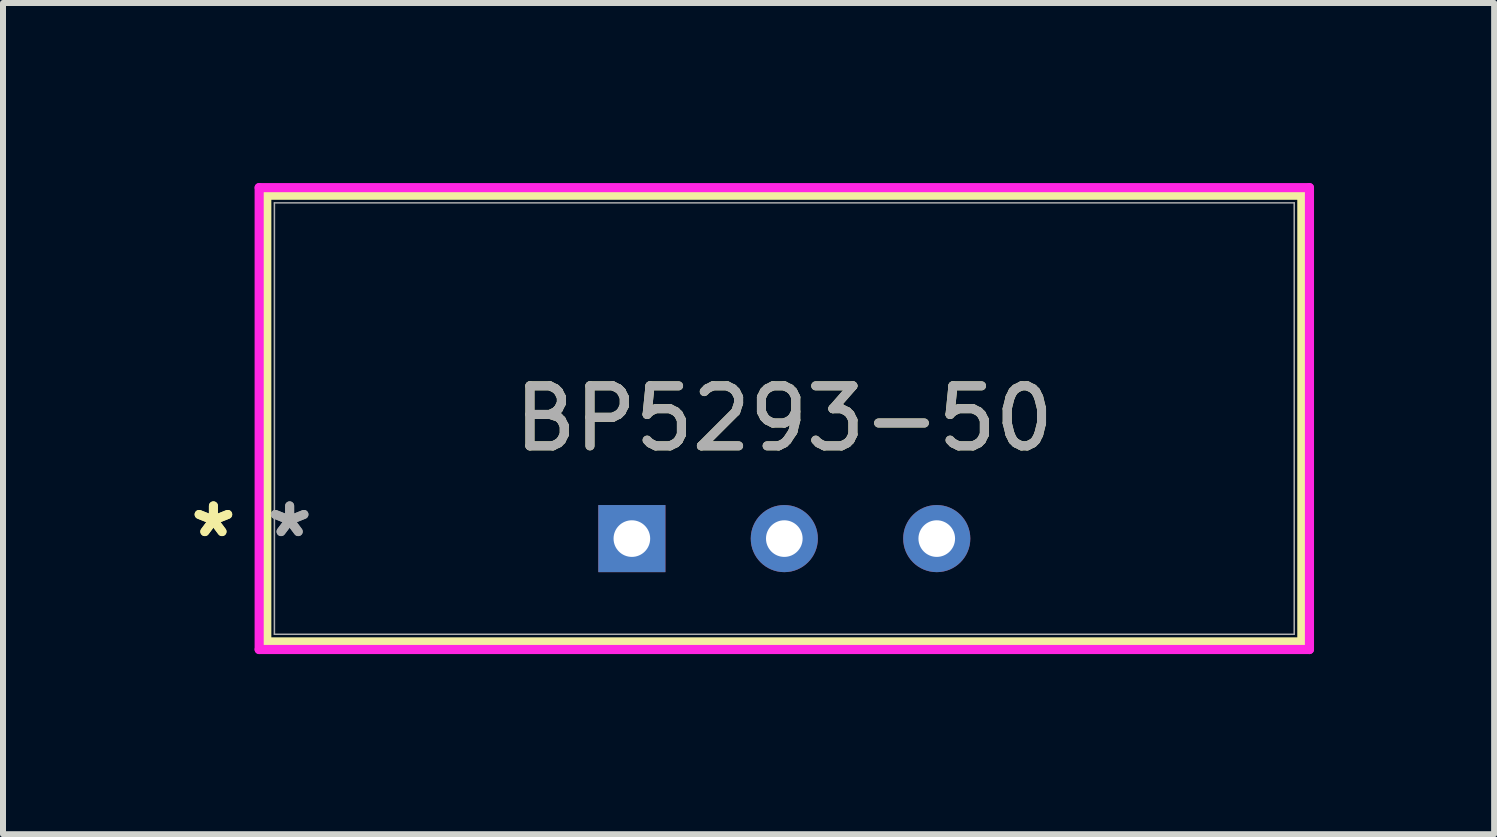
<source format=kicad_pcb>
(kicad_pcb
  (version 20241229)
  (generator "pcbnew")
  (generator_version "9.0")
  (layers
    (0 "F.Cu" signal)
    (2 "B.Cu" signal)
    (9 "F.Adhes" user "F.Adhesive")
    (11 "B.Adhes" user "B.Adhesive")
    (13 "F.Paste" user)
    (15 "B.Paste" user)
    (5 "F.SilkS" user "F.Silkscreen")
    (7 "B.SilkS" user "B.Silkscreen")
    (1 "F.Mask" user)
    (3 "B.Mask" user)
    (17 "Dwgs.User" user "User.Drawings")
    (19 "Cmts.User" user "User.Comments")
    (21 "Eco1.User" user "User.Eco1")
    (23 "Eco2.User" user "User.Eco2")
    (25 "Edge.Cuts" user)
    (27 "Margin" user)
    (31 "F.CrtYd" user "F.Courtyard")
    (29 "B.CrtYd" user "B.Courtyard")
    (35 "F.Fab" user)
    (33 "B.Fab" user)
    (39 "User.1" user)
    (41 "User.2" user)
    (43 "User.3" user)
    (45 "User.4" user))
  (footprint "BP5293-50"
    (layer "F.Cu")
    (at 7.478 5.924)
    (property "Reference" "BP5293-50" (at 2.54 -2 0) (unlocked yes) (layer "F.SilkS") (effects (font (size 1 1) (thickness 0.15))))
    (attr through_hole)
    (fp_line (start -6.083 -5.721) (end -6.083 1.721) (stroke (width 0.152) (type solid)) (layer "F.SilkS"))
    (fp_line (start -6.083 1.721) (end 11.163 1.721) (stroke (width 0.152) (type solid)) (layer "F.SilkS"))
    (fp_line (start 11.163 -5.721) (end -6.083 -5.721) (stroke (width 0.152) (type solid)) (layer "F.SilkS"))
    (fp_line (start 11.163 1.721) (end 11.163 -5.721) (stroke (width 0.152) (type solid)) (layer "F.SilkS"))
    (fp_line (start -6.21 -5.848) (end 11.29 -5.848) (stroke (width 0.152) (type solid)) (layer "F.CrtYd"))
    (fp_line (start -6.21 1.848) (end -6.21 -5.848) (stroke (width 0.152) (type solid)) (layer "F.CrtYd"))
    (fp_line (start 11.29 -5.848) (end 11.29 1.848) (stroke (width 0.152) (type solid)) (layer "F.CrtYd"))
    (fp_line (start 11.29 1.848) (end -6.21 1.848) (stroke (width 0.152) (type solid)) (layer "F.CrtYd"))
    (fp_line (start -5.956 -5.594) (end -5.956 1.594) (stroke (width 0.025) (type solid)) (layer "F.Fab"))
    (fp_line (start -5.956 1.594) (end 11.036 1.594) (stroke (width 0.025) (type solid)) (layer "F.Fab"))
    (fp_line (start 11.036 -5.594) (end -5.956 -5.594) (stroke (width 0.025) (type solid)) (layer "F.Fab"))
    (fp_line (start 11.036 1.594) (end 11.036 -5.594) (stroke (width 0.025) (type solid)) (layer "F.Fab"))
    (fp_text user "*" (at -6.972 0 0) (layer "F.SilkS") (effects (font (size 1 1) (thickness 0.15))))
    (fp_text user "*" (at -6.972 0 0) (unlocked yes) (layer "F.SilkS") (effects (font (size 1 1) (thickness 0.15))))
    (fp_text user "${REFERENCE}" (at 2.54 -2 0) (unlocked yes) (layer "F.Fab") (effects (font (size 1 1) (thickness 0.15))))
    (fp_text user "*" (at -5.702 0 0) (unlocked yes) (layer "F.Fab") (effects (font (size 1 1) (thickness 0.15))))
    (fp_text user "*" (at -5.702 0 0) (layer "F.Fab") (effects (font (size 1 1) (thickness 0.15))))
    (pad "1" thru_hole rect (at 0 0) (size 1.118 1.118) (drill 0.61) (layers "*.Cu" "*.Mask"))
    (pad "2" thru_hole circle (at 2.54 0) (size 1.118 1.118) (drill 0.61) (layers "*.Cu" "*.Mask"))
    (pad "3" thru_hole circle (at 5.08 0) (size 1.118 1.118) (drill 0.61) (layers "*.Cu" "*.Mask")))
  (gr_rect
    (start -3 -3)
    (end 21.845 10.849)
    (stroke (width 0.1) (type default))
    (fill no)
    (layer "Edge.Cuts")))
</source>
